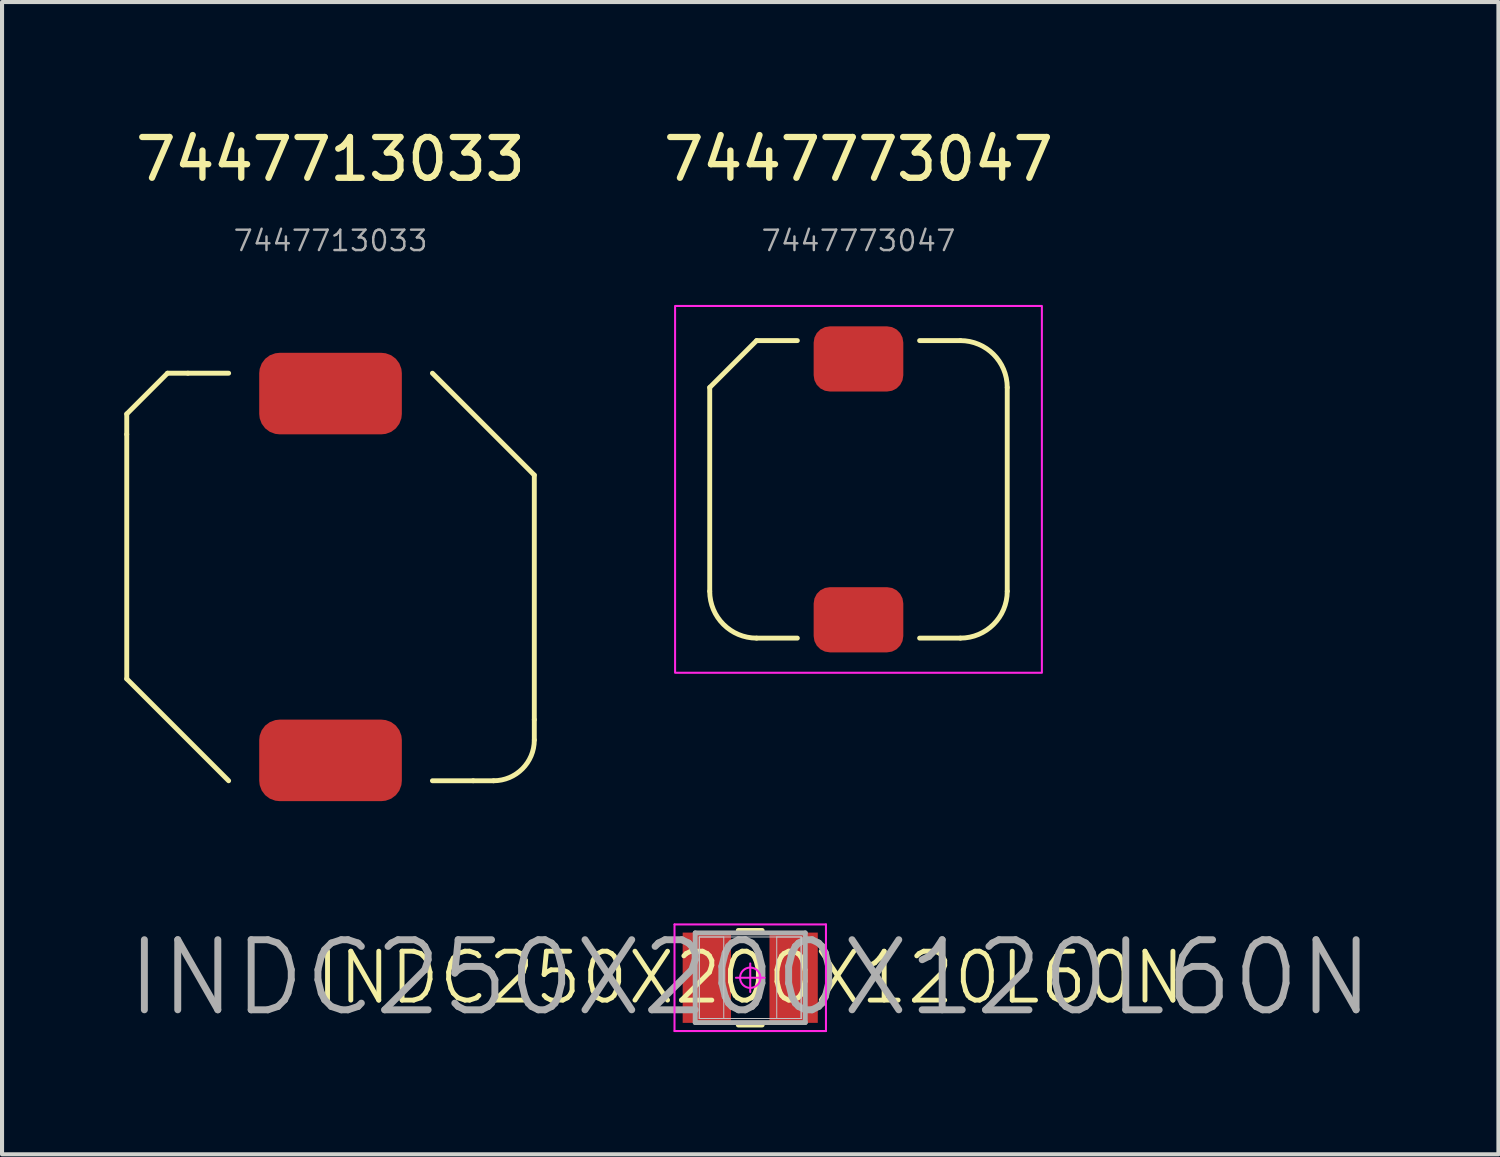
<source format=kicad_pcb>
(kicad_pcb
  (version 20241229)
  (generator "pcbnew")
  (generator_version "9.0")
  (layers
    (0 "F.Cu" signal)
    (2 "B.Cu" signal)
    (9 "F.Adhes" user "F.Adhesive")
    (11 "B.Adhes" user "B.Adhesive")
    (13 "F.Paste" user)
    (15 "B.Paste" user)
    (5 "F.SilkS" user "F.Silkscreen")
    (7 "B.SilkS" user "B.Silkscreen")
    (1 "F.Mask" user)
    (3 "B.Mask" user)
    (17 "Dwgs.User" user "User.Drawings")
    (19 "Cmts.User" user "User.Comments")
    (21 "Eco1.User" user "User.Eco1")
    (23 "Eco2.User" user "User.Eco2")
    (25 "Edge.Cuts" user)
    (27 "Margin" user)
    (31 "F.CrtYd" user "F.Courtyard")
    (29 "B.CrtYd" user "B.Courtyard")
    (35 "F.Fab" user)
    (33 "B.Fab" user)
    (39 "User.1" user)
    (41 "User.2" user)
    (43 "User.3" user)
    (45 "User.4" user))
  (footprint "INDC250X200X120L60N"
    (layer "F.Cu")
    (at 15.358 20.94)
    (property "Reference" "INDC250X200X120L60N" (at 0 0 0) (layer "F.SilkS") (effects (font (size 1.2 1.2) (thickness 0.12))))
    (attr smd)
    (fp_line (start -0.293 -1.16) (end 0.293 -1.16) (stroke (width 0.12) (type solid)) (layer "F.SilkS"))
    (fp_line (start -0.293 1.16) (end 0.293 1.16) (stroke (width 0.12) (type solid)) (layer "F.SilkS"))
    (fp_line (start -1.25 -1) (end -0.65 -1) (stroke (width 0.025) (type solid)) (layer "Dwgs.User"))
    (fp_line (start -1.25 -1) (end 1.25 -1) (stroke (width 0.025) (type solid)) (layer "Dwgs.User"))
    (fp_line (start -1.25 1) (end -1.25 -1) (stroke (width 0.025) (type solid)) (layer "Dwgs.User"))
    (fp_line (start -1.25 1) (end -1.25 -1) (stroke (width 0.025) (type solid)) (layer "Dwgs.User"))
    (fp_line (start -0.65 -1) (end -0.65 1) (stroke (width 0.025) (type solid)) (layer "Dwgs.User"))
    (fp_line (start -0.65 1) (end -1.25 1) (stroke (width 0.025) (type solid)) (layer "Dwgs.User"))
    (fp_line (start 0.65 -1) (end 1.25 -1) (stroke (width 0.025) (type solid)) (layer "Dwgs.User"))
    (fp_line (start 0.65 1) (end 0.65 -1) (stroke (width 0.025) (type solid)) (layer "Dwgs.User"))
    (fp_line (start 1.25 -1) (end 1.25 1) (stroke (width 0.025) (type solid)) (layer "Dwgs.User"))
    (fp_line (start 1.25 -1) (end 1.25 1) (stroke (width 0.025) (type solid)) (layer "Dwgs.User"))
    (fp_line (start 1.25 1) (end -1.25 1) (stroke (width 0.025) (type solid)) (layer "Dwgs.User"))
    (fp_line (start 1.25 1) (end 0.65 1) (stroke (width 0.025) (type solid)) (layer "Dwgs.User"))
    (fp_line (start -1.858 -1.308) (end 1.858 -1.308) (stroke (width 0.05) (type solid)) (layer "F.CrtYd"))
    (fp_line (start -1.858 1.308) (end -1.858 -1.308) (stroke (width 0.05) (type solid)) (layer "F.CrtYd"))
    (fp_line (start 0 -0.35) (end 0 0.35) (stroke (width 0.05) (type solid)) (layer "F.CrtYd"))
    (fp_line (start 0.35 0) (end -0.35 0) (stroke (width 0.05) (type solid)) (layer "F.CrtYd"))
    (fp_line (start 1.858 -1.308) (end 1.858 1.308) (stroke (width 0.05) (type solid)) (layer "F.CrtYd"))
    (fp_line (start 1.858 1.308) (end -1.858 1.308) (stroke (width 0.05) (type solid)) (layer "F.CrtYd"))
    (fp_circle (center 0 0) (end 0 0.25) (stroke (width 0.05) (type solid)) (fill no) (layer "F.CrtYd"))
    (fp_line (start -1.35 -1.1) (end 1.35 -1.1) (stroke (width 0.12) (type solid)) (layer "F.Fab"))
    (fp_line (start -1.35 1.1) (end -1.35 -1.1) (stroke (width 0.12) (type solid)) (layer "F.Fab"))
    (fp_line (start 1.35 -1.1) (end 1.35 1.1) (stroke (width 0.12) (type solid)) (layer "F.Fab"))
    (fp_line (start 1.35 1.1) (end -1.35 1.1) (stroke (width 0.12) (type solid)) (layer "F.Fab"))
    (fp_text user "${REFERENCE}" (at 0 0 0) (layer "F.Fab") (effects (font (size 1.72 1.72) (thickness 0.17))))
    (pad "1" smd rect (at -1.065 0) (size 1.185 2.215) (layers "F.Cu" "F.Mask" "F.Paste"))
    (pad "2" smd rect (at 1.065 0) (size 1.185 2.215) (layers "F.Cu" "F.Mask" "F.Paste")))
  (footprint "7447713033"
    (layer "F.Cu")
    (at 5.06 11.107)
    (property "Reference" "7447713033" (at 0 -10.25 0) (unlocked yes) (layer "F.SilkS") (effects (font (size 1 1) (thickness 0.155))))
    (attr smd)
    (fp_line (start -5 -4) (end -5 -3.5) (stroke (width 0.12) (type default)) (layer "F.SilkS"))
    (fp_line (start -5 -3.5) (end -5 2.5) (stroke (width 0.12) (type default)) (layer "F.SilkS"))
    (fp_line (start -4 -5) (end -5 -4) (stroke (width 0.12) (type default)) (layer "F.SilkS"))
    (fp_line (start -4 -5) (end -3.5 -5) (stroke (width 0.12) (type default)) (layer "F.SilkS"))
    (fp_line (start -3.5 -5) (end -2.5 -5) (stroke (width 0.12) (type default)) (layer "F.SilkS"))
    (fp_line (start -2.5 5) (end -5 2.5) (stroke (width 0.12) (type default)) (layer "F.SilkS"))
    (fp_line (start 2.5 -5) (end 5 -2.5) (stroke (width 0.12) (type default)) (layer "F.SilkS"))
    (fp_line (start 3.5 5) (end 2.5 5) (stroke (width 0.12) (type default)) (layer "F.SilkS"))
    (fp_line (start 3.5 5) (end 4 5) (stroke (width 0.12) (type default)) (layer "F.SilkS"))
    (fp_line (start 5 3.5) (end 5 -2.5) (stroke (width 0.12) (type default)) (layer "F.SilkS"))
    (fp_line (start 5 3.5) (end 5 4) (stroke (width 0.12) (type default)) (layer "F.SilkS"))
    (fp_arc (start 5 4) (mid 4.707107 4.707107) (end 4 5) (stroke (width 0.12) (type default)) (layer "F.SilkS"))
    (fp_text user "${REFERENCE}" (at 0 -8.25 0) (unlocked yes) (layer "F.Fab") (effects (font (size 0.5 0.5) (thickness 0.06))))
    (pad "1" smd roundrect (at 0 -4.5) (size 3.5 2) (layers "F.Cu" "F.Mask" "F.Paste") (roundrect_rratio 0.25))
    (pad "2" smd roundrect (at 0 4.5) (size 3.5 2) (layers "F.Cu" "F.Mask" "F.Paste") (roundrect_rratio 0.25)))
  (footprint "7447773047"
    (layer "F.Cu")
    (at 18.014 8.957)
    (property "Reference" "7447773047" (at 0 -8.1 0) (unlocked yes) (layer "F.SilkS") (effects (font (size 1 1) (thickness 0.155))))
    (attr smd)
    (fp_line (start -3.65 2.5) (end -3.65 -2.5) (stroke (width 0.12) (type default)) (layer "F.SilkS"))
    (fp_line (start -2.5 -3.65) (end -3.65 -2.5) (stroke (width 0.12) (type default)) (layer "F.SilkS"))
    (fp_line (start -2.5 -3.65) (end -1.5 -3.65) (stroke (width 0.12) (type default)) (layer "F.SilkS"))
    (fp_line (start -2.5 3.65) (end -1.5 3.65) (stroke (width 0.12) (type default)) (layer "F.SilkS"))
    (fp_line (start 2.5 -3.65) (end 1.5 -3.65) (stroke (width 0.12) (type default)) (layer "F.SilkS"))
    (fp_line (start 2.5 3.65) (end 1.5 3.65) (stroke (width 0.12) (type default)) (layer "F.SilkS"))
    (fp_line (start 3.65 -2.5) (end 3.65 2.5) (stroke (width 0.12) (type default)) (layer "F.SilkS"))
    (fp_arc (start -2.5 3.65) (mid -3.313173 3.313173) (end -3.65 2.5) (stroke (width 0.12) (type default)) (layer "F.SilkS"))
    (fp_arc (start 2.5 -3.65) (mid 3.313173 -3.313173) (end 3.65 -2.5) (stroke (width 0.12) (type default)) (layer "F.SilkS"))
    (fp_arc (start 3.65 2.5) (mid 3.313173 3.313173) (end 2.5 3.65) (stroke (width 0.12) (type default)) (layer "F.SilkS"))
    (fp_rect (start -4.5 -4.5) (end 4.5 4.5) (stroke (width 0.05) (type default)) (fill no) (layer "F.CrtYd"))
    (fp_text user "${REFERENCE}" (at 0 -6.1 0) (unlocked yes) (layer "F.Fab") (effects (font (size 0.5 0.5) (thickness 0.06))))
    (pad "1" smd roundrect (at 0 -3.2) (size 2.2 1.6) (layers "F.Cu" "F.Mask" "F.Paste") (roundrect_rratio 0.25))
    (pad "2" smd roundrect (at 0 3.2) (size 2.2 1.6) (layers "F.Cu" "F.Mask" "F.Paste") (roundrect_rratio 0.25)))
  (gr_rect
    (start -3 -3)
    (end 33.716 25.273)
    (stroke (width 0.1) (type default))
    (fill no)
    (layer "Edge.Cuts")))
</source>
